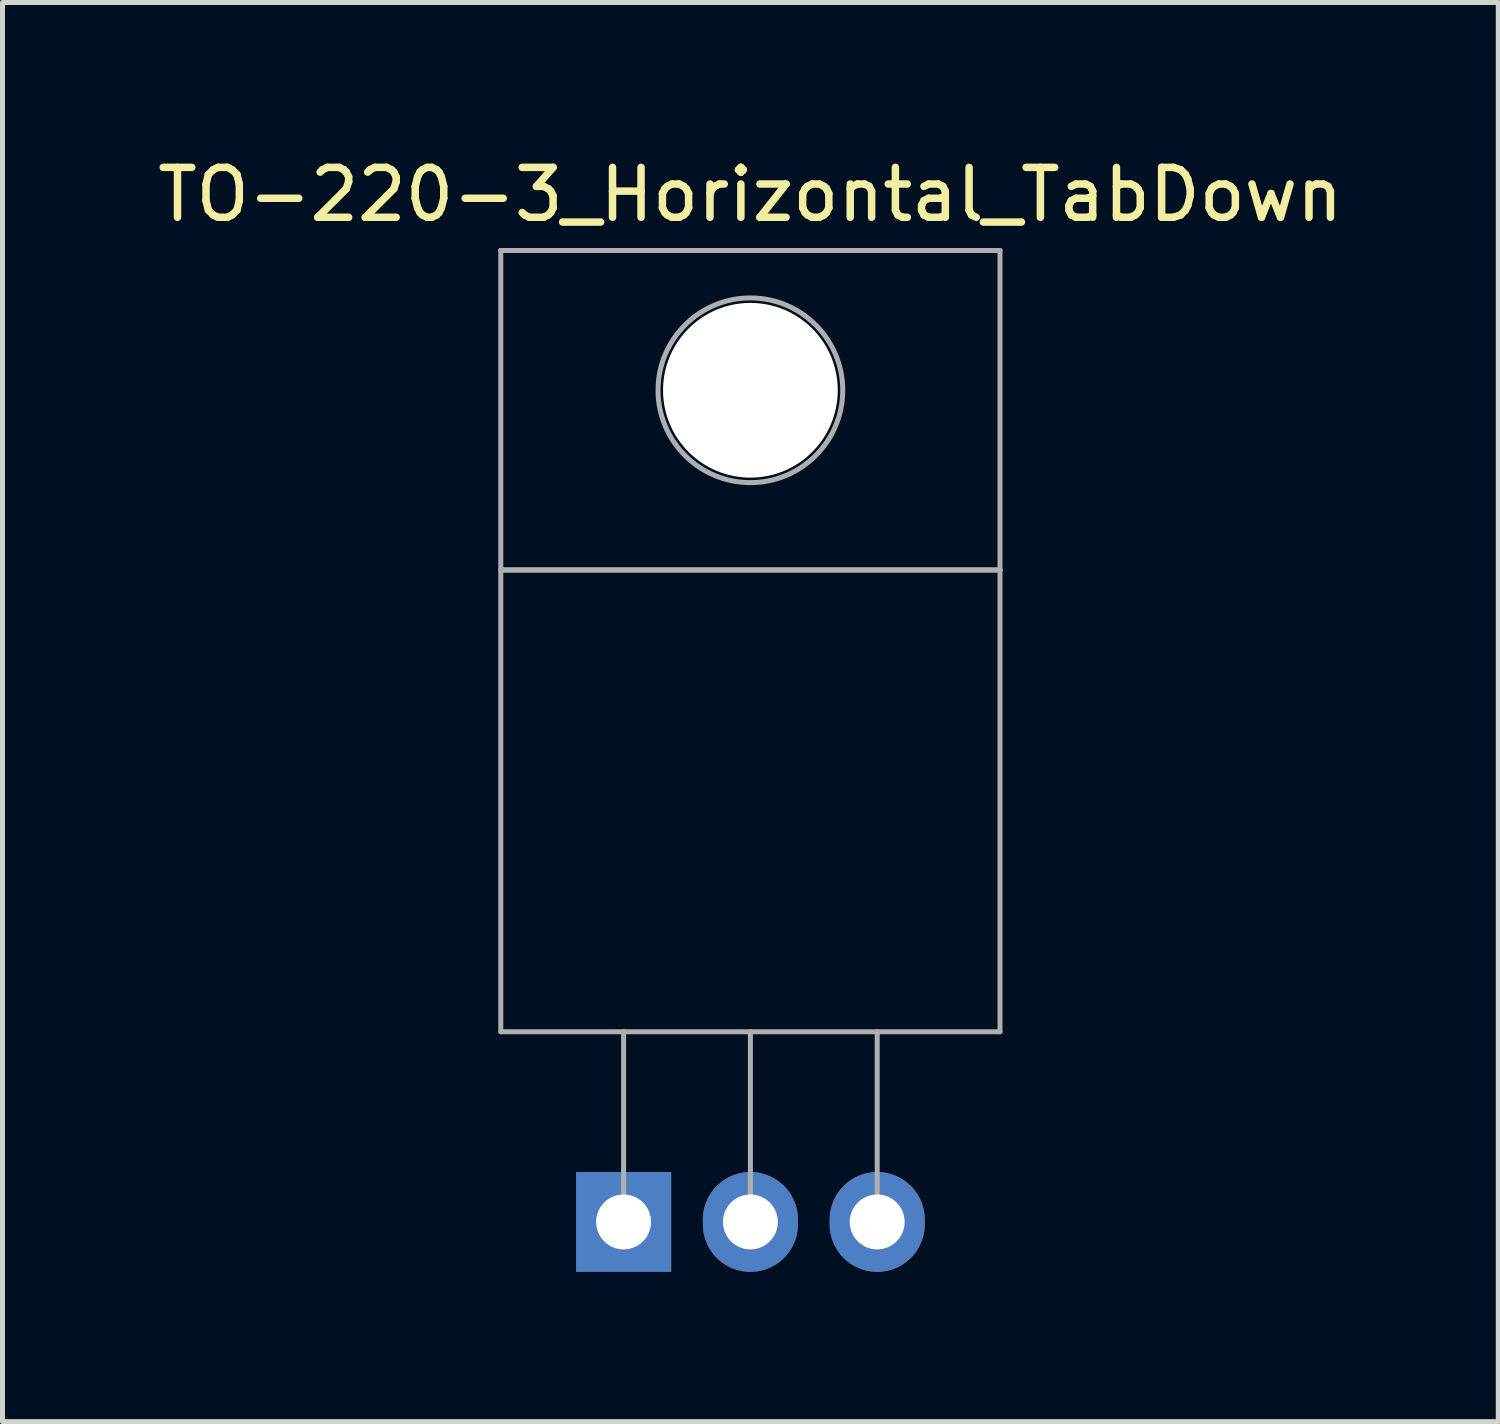
<source format=kicad_pcb>
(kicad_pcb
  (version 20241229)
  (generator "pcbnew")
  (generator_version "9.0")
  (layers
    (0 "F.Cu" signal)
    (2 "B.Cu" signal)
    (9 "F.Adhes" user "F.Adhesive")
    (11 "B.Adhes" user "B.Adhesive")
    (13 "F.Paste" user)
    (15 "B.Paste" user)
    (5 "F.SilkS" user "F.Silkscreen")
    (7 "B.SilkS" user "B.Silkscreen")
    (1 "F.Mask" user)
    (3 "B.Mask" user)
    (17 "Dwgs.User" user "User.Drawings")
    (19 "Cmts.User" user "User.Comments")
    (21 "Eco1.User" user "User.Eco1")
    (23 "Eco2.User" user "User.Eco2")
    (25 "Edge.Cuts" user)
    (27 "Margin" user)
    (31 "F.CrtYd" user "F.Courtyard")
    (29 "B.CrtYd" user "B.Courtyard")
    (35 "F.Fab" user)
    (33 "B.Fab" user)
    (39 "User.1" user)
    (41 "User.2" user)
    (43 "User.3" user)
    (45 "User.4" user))
  (footprint "TO-220-3_Horizontal_TabDown"
    (layer "F.Cu")
    (at 9.442 21.428)
    (property "Reference" "TO-220-3_Horizontal_TabDown" (at 2.54 -20.58 0) (layer "F.SilkS") (effects (font (size 1 1) (thickness 0.15))))
    (attr through_hole)
    (fp_line (start -2.46 -19.46) (end 7.54 -19.46) (stroke (width 0.1) (type solid)) (layer "F.Fab"))
    (fp_line (start -2.46 -13.06) (end -2.46 -19.46) (stroke (width 0.1) (type solid)) (layer "F.Fab"))
    (fp_line (start -2.46 -13.06) (end 7.54 -13.06) (stroke (width 0.1) (type solid)) (layer "F.Fab"))
    (fp_line (start -2.46 -3.81) (end -2.46 -13.06) (stroke (width 0.1) (type solid)) (layer "F.Fab"))
    (fp_line (start 0 -3.81) (end 0 0) (stroke (width 0.1) (type solid)) (layer "F.Fab"))
    (fp_line (start 2.54 -3.81) (end 2.54 0) (stroke (width 0.1) (type solid)) (layer "F.Fab"))
    (fp_line (start 5.08 -3.81) (end 5.08 0) (stroke (width 0.1) (type solid)) (layer "F.Fab"))
    (fp_line (start 7.54 -19.46) (end 7.54 -13.06) (stroke (width 0.1) (type solid)) (layer "F.Fab"))
    (fp_line (start 7.54 -13.06) (end -2.46 -13.06) (stroke (width 0.1) (type solid)) (layer "F.Fab"))
    (fp_line (start 7.54 -13.06) (end 7.54 -3.81) (stroke (width 0.1) (type solid)) (layer "F.Fab"))
    (fp_line (start 7.54 -3.81) (end -2.46 -3.81) (stroke (width 0.1) (type solid)) (layer "F.Fab"))
    (fp_circle (center 2.54 -16.66) (end 4.39 -16.66) (stroke (width 0.1) (type solid)) (fill no) (layer "F.Fab"))
    (pad "" np_thru_hole oval (at 2.54 -16.66) (size 3.5 3.5) (drill 3.5) (layers "*.Cu" "*.Mask"))
    (pad "1" thru_hole rect (at 0 0) (size 1.905 2) (drill 1.1) (layers "*.Cu" "*.Mask"))
    (pad "2" thru_hole oval (at 2.54 0) (size 1.905 2) (drill 1.1) (layers "*.Cu" "*.Mask"))
    (pad "3" thru_hole oval (at 5.08 0) (size 1.905 2) (drill 1.1) (layers "*.Cu" "*.Mask")))
  (gr_rect
    (start -3 -3)
    (end 26.964 25.428)
    (stroke (width 0.1) (type default))
    (fill no)
    (layer "Edge.Cuts")))
</source>
